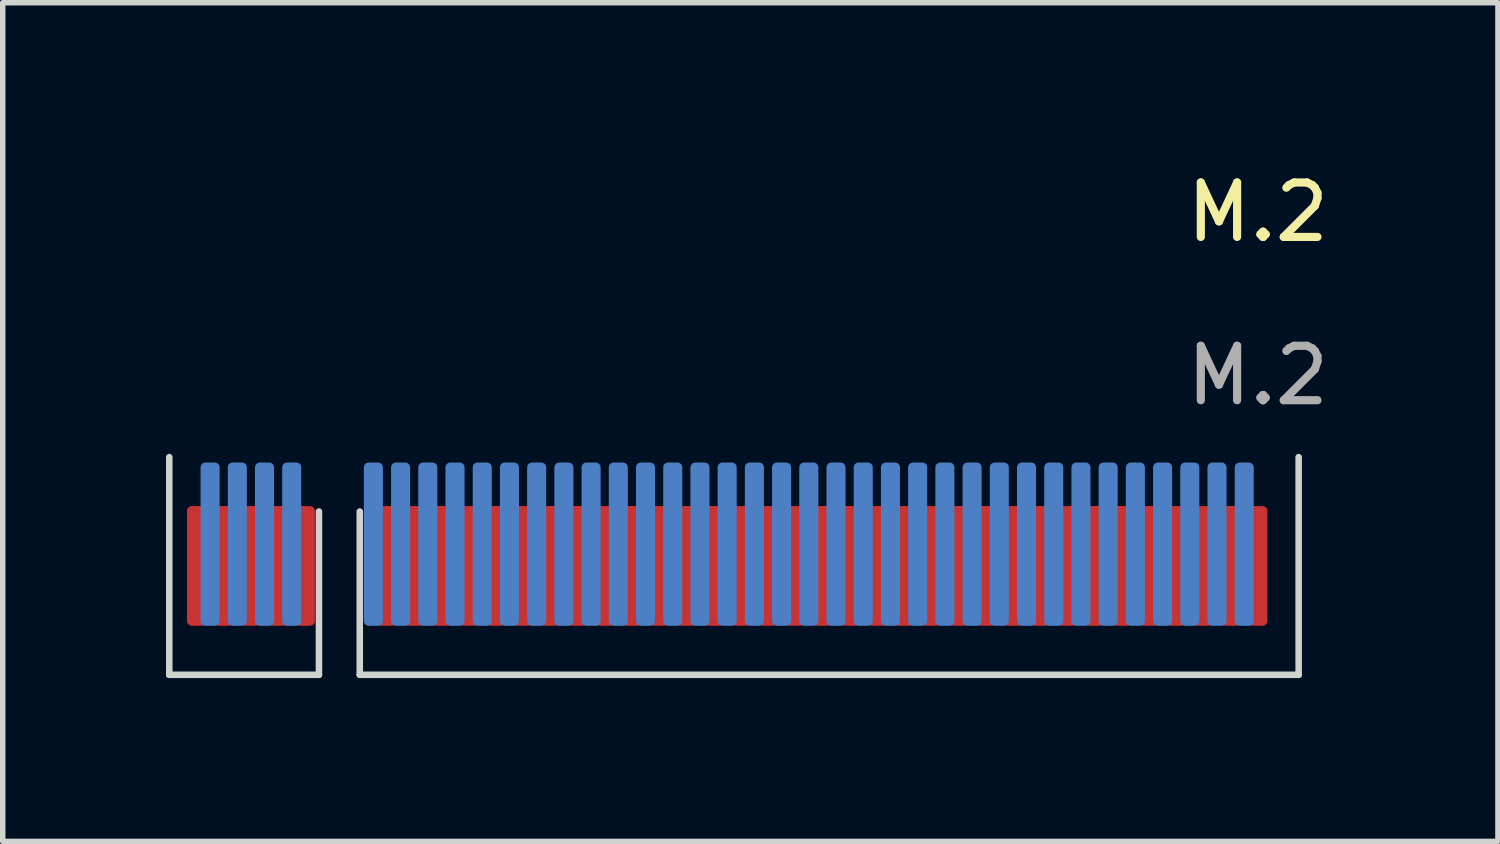
<source format=kicad_pcb>
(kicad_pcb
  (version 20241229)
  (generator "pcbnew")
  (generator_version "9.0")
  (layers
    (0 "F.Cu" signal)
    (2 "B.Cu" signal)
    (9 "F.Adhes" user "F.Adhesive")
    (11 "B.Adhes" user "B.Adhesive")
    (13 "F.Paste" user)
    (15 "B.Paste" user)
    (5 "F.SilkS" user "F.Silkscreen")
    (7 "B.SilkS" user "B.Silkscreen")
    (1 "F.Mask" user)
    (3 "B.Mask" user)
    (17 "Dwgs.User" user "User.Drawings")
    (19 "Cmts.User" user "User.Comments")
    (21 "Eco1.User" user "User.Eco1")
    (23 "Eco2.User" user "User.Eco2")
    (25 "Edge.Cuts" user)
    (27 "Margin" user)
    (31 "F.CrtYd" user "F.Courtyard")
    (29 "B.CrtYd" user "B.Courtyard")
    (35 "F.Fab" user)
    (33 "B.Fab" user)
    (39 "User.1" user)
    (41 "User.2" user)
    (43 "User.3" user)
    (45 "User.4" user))
  (footprint "M.2"
    (layer "F.Cu")
    (at 20.06 7.348)
    (property "Reference" "M.2" (at 0 -6.5 0) (unlocked yes) (layer "F.SilkS") (effects (font (size 1 1) (thickness 0.15))))
    (attr smd)
    (fp_line (start -20 2) (end -20 -2) (stroke (width 0.12) (type solid)) (layer "Edge.Cuts"))
    (fp_line (start -17.25 -1) (end -17.25 2) (stroke (width 0.12) (type solid)) (layer "Edge.Cuts"))
    (fp_line (start -17.25 2) (end -20 2) (stroke (width 0.12) (type solid)) (layer "Edge.Cuts"))
    (fp_line (start -16.5 2) (end -16.5 -1) (stroke (width 0.12) (type solid)) (layer "Edge.Cuts"))
    (fp_line (start 0.75 2) (end -16.5 2) (stroke (width 0.12) (type solid)) (layer "Edge.Cuts"))
    (fp_line (start 0.75 2) (end 0.75 -2) (stroke (width 0.12) (type solid)) (layer "Edge.Cuts"))
    (fp_text user "${REFERENCE}" (at 0 -3.5 0) (unlocked yes) (layer "F.Fab") (effects (font (size 1 1) (thickness 0.15))))
    (pad "1" smd roundrect (at 0 0) (size 0.35 2.2) (layers "F.Cu" "F.Mask" "F.Paste") (roundrect_rratio 0.25))
    (pad "2" smd roundrect (at -0.25 -0.4 180) (size 0.35 3) (layers "B.Cu" "B.Mask" "B.Paste") (roundrect_rratio 0.25))
    (pad "3" smd roundrect (at -0.5 0) (size 0.35 2.2) (layers "F.Cu" "F.Mask" "F.Paste") (roundrect_rratio 0.25))
    (pad "4" smd roundrect (at -0.75 -0.4 180) (size 0.35 3) (layers "B.Cu" "B.Mask" "B.Paste") (roundrect_rratio 0.25))
    (pad "5" smd roundrect (at -1 0) (size 0.35 2.2) (layers "F.Cu" "F.Mask" "F.Paste") (roundrect_rratio 0.25))
    (pad "6" smd roundrect (at -1.25 -0.4 180) (size 0.35 3) (layers "B.Cu" "B.Mask" "B.Paste") (roundrect_rratio 0.25))
    (pad "7" smd roundrect (at -1.5 0) (size 0.35 2.2) (layers "F.Cu" "F.Mask" "F.Paste") (roundrect_rratio 0.25))
    (pad "8" smd roundrect (at -1.75 -0.4 180) (size 0.35 3) (layers "B.Cu" "B.Mask" "B.Paste") (roundrect_rratio 0.25))
    (pad "9" smd roundrect (at -2 0) (size 0.35 2.2) (layers "F.Cu" "F.Mask" "F.Paste") (roundrect_rratio 0.25))
    (pad "10" smd roundrect (at -2.25 -0.4 180) (size 0.35 3) (layers "B.Cu" "B.Mask" "B.Paste") (roundrect_rratio 0.25))
    (pad "11" smd roundrect (at -2.5 0) (size 0.35 2.2) (layers "F.Cu" "F.Mask" "F.Paste") (roundrect_rratio 0.25))
    (pad "12" smd roundrect (at -2.75 -0.4 180) (size 0.35 3) (layers "B.Cu" "B.Mask" "B.Paste") (roundrect_rratio 0.25))
    (pad "13" smd roundrect (at -3 0) (size 0.35 2.2) (layers "F.Cu" "F.Mask" "F.Paste") (roundrect_rratio 0.25))
    (pad "14" smd roundrect (at -3.25 -0.4 180) (size 0.35 3) (layers "B.Cu" "B.Mask" "B.Paste") (roundrect_rratio 0.25))
    (pad "15" smd roundrect (at -3.5 0) (size 0.35 2.2) (layers "F.Cu" "F.Mask" "F.Paste") (roundrect_rratio 0.25))
    (pad "16" smd roundrect (at -3.75 -0.4 180) (size 0.35 3) (layers "B.Cu" "B.Mask" "B.Paste") (roundrect_rratio 0.25))
    (pad "17" smd roundrect (at -4 0) (size 0.35 2.2) (layers "F.Cu" "F.Mask" "F.Paste") (roundrect_rratio 0.25))
    (pad "18" smd roundrect (at -4.25 -0.4 180) (size 0.35 3) (layers "B.Cu" "B.Mask" "B.Paste") (roundrect_rratio 0.25))
    (pad "19" smd roundrect (at -4.5 0) (size 0.35 2.2) (layers "F.Cu" "F.Mask" "F.Paste") (roundrect_rratio 0.25))
    (pad "20" smd roundrect (at -4.75 -0.4 180) (size 0.35 3) (layers "B.Cu" "B.Mask" "B.Paste") (roundrect_rratio 0.25))
    (pad "21" smd roundrect (at -5 0) (size 0.35 2.2) (layers "F.Cu" "F.Mask" "F.Paste") (roundrect_rratio 0.25))
    (pad "22" smd roundrect (at -5.25 -0.4 180) (size 0.35 3) (layers "B.Cu" "B.Mask" "B.Paste") (roundrect_rratio 0.25))
    (pad "23" smd roundrect (at -5.5 0) (size 0.35 2.2) (layers "F.Cu" "F.Mask" "F.Paste") (roundrect_rratio 0.25))
    (pad "24" smd roundrect (at -5.75 -0.4 180) (size 0.35 3) (layers "B.Cu" "B.Mask" "B.Paste") (roundrect_rratio 0.25))
    (pad "25" smd roundrect (at -6 0) (size 0.35 2.2) (layers "F.Cu" "F.Mask" "F.Paste") (roundrect_rratio 0.25))
    (pad "26" smd roundrect (at -6.25 -0.4 180) (size 0.35 3) (layers "B.Cu" "B.Mask" "B.Paste") (roundrect_rratio 0.25))
    (pad "27" smd roundrect (at -6.5 0) (size 0.35 2.2) (layers "F.Cu" "F.Mask" "F.Paste") (roundrect_rratio 0.25))
    (pad "28" smd roundrect (at -6.75 -0.4 180) (size 0.35 3) (layers "B.Cu" "B.Mask" "B.Paste") (roundrect_rratio 0.25))
    (pad "29" smd roundrect (at -7 0) (size 0.35 2.2) (layers "F.Cu" "F.Mask" "F.Paste") (roundrect_rratio 0.25))
    (pad "30" smd roundrect (at -7.25 -0.4 180) (size 0.35 3) (layers "B.Cu" "B.Mask" "B.Paste") (roundrect_rratio 0.25))
    (pad "31" smd roundrect (at -7.5 0) (size 0.35 2.2) (layers "F.Cu" "F.Mask" "F.Paste") (roundrect_rratio 0.25))
    (pad "32" smd roundrect (at -7.75 -0.4 180) (size 0.35 3) (layers "B.Cu" "B.Mask" "B.Paste") (roundrect_rratio 0.25))
    (pad "33" smd roundrect (at -8 0) (size 0.35 2.2) (layers "F.Cu" "F.Mask" "F.Paste") (roundrect_rratio 0.25))
    (pad "34" smd roundrect (at -8.25 -0.4 180) (size 0.35 3) (layers "B.Cu" "B.Mask" "B.Paste") (roundrect_rratio 0.25))
    (pad "35" smd roundrect (at -8.5 0) (size 0.35 2.2) (layers "F.Cu" "F.Mask" "F.Paste") (roundrect_rratio 0.25))
    (pad "36" smd roundrect (at -8.75 -0.4 180) (size 0.35 3) (layers "B.Cu" "B.Mask" "B.Paste") (roundrect_rratio 0.25))
    (pad "37" smd roundrect (at -9 0) (size 0.35 2.2) (layers "F.Cu" "F.Mask" "F.Paste") (roundrect_rratio 0.25))
    (pad "38" smd roundrect (at -9.25 -0.4 180) (size 0.35 3) (layers "B.Cu" "B.Mask" "B.Paste") (roundrect_rratio 0.25))
    (pad "39" smd roundrect (at -9.5 0) (size 0.35 2.2) (layers "F.Cu" "F.Mask" "F.Paste") (roundrect_rratio 0.25))
    (pad "40" smd roundrect (at -9.75 -0.4 180) (size 0.35 3) (layers "B.Cu" "B.Mask" "B.Paste") (roundrect_rratio 0.25))
    (pad "41" smd roundrect (at -10 0) (size 0.35 2.2) (layers "F.Cu" "F.Mask" "F.Paste") (roundrect_rratio 0.25))
    (pad "42" smd roundrect (at -10.25 -0.4 180) (size 0.35 3) (layers "B.Cu" "B.Mask" "B.Paste") (roundrect_rratio 0.25))
    (pad "43" smd roundrect (at -10.5 0) (size 0.35 2.2) (layers "F.Cu" "F.Mask" "F.Paste") (roundrect_rratio 0.25))
    (pad "44" smd roundrect (at -10.75 -0.4 180) (size 0.35 3) (layers "B.Cu" "B.Mask" "B.Paste") (roundrect_rratio 0.25))
    (pad "45" smd roundrect (at -11 0) (size 0.35 2.2) (layers "F.Cu" "F.Mask" "F.Paste") (roundrect_rratio 0.25))
    (pad "46" smd roundrect (at -11.25 -0.4 180) (size 0.35 3) (layers "B.Cu" "B.Mask" "B.Paste") (roundrect_rratio 0.25))
    (pad "47" smd roundrect (at -11.5 0) (size 0.35 2.2) (layers "F.Cu" "F.Mask" "F.Paste") (roundrect_rratio 0.25))
    (pad "48" smd roundrect (at -11.75 -0.4 180) (size 0.35 3) (layers "B.Cu" "B.Mask" "B.Paste") (roundrect_rratio 0.25))
    (pad "49" smd roundrect (at -12 0) (size 0.35 2.2) (layers "F.Cu" "F.Mask" "F.Paste") (roundrect_rratio 0.25))
    (pad "50" smd roundrect (at -12.25 -0.4 180) (size 0.35 3) (layers "B.Cu" "B.Mask" "B.Paste") (roundrect_rratio 0.25))
    (pad "51" smd roundrect (at -12.5 0) (size 0.35 2.2) (layers "F.Cu" "F.Mask" "F.Paste") (roundrect_rratio 0.25))
    (pad "52" smd roundrect (at -12.75 -0.4 180) (size 0.35 3) (layers "B.Cu" "B.Mask" "B.Paste") (roundrect_rratio 0.25))
    (pad "53" smd roundrect (at -13 0) (size 0.35 2.2) (layers "F.Cu" "F.Mask" "F.Paste") (roundrect_rratio 0.25))
    (pad "54" smd roundrect (at -13.25 -0.4 180) (size 0.35 3) (layers "B.Cu" "B.Mask" "B.Paste") (roundrect_rratio 0.25))
    (pad "55" smd roundrect (at -13.5 0) (size 0.35 2.2) (layers "F.Cu" "F.Mask" "F.Paste") (roundrect_rratio 0.25))
    (pad "56" smd roundrect (at -13.75 -0.4 180) (size 0.35 3) (layers "B.Cu" "B.Mask" "B.Paste") (roundrect_rratio 0.25))
    (pad "57" smd roundrect (at -14 0) (size 0.35 2.2) (layers "F.Cu" "F.Mask" "F.Paste") (roundrect_rratio 0.25))
    (pad "58" smd roundrect (at -14.25 -0.4 180) (size 0.35 3) (layers "B.Cu" "B.Mask" "B.Paste") (roundrect_rratio 0.25))
    (pad "59" smd roundrect (at -14.5 0) (size 0.35 2.2) (layers "F.Cu" "F.Mask" "F.Paste") (roundrect_rratio 0.25))
    (pad "60" smd roundrect (at -14.75 -0.4 180) (size 0.35 3) (layers "B.Cu" "B.Mask" "B.Paste") (roundrect_rratio 0.25))
    (pad "61" smd roundrect (at -15 0) (size 0.35 2.2) (layers "F.Cu" "F.Mask" "F.Paste") (roundrect_rratio 0.25))
    (pad "62" smd roundrect (at -15.25 -0.4 180) (size 0.35 3) (layers "B.Cu" "B.Mask" "B.Paste") (roundrect_rratio 0.25))
    (pad "63" smd roundrect (at -15.5 0) (size 0.35 2.2) (layers "F.Cu" "F.Mask" "F.Paste") (roundrect_rratio 0.25))
    (pad "64" smd roundrect (at -15.75 -0.4 180) (size 0.35 3) (layers "B.Cu" "B.Mask" "B.Paste") (roundrect_rratio 0.25))
    (pad "65" smd roundrect (at -16 0) (size 0.35 2.2) (layers "F.Cu" "F.Mask" "F.Paste") (roundrect_rratio 0.25))
    (pad "66" smd roundrect (at -16.25 -0.4 180) (size 0.35 3) (layers "B.Cu" "B.Mask" "B.Paste") (roundrect_rratio 0.25))
    (pad "67" smd roundrect (at -17.5 0) (size 0.35 2.2) (layers "F.Cu" "F.Mask" "F.Paste") (roundrect_rratio 0.25))
    (pad "68" smd roundrect (at -17.75 -0.4 180) (size 0.35 3) (layers "B.Cu" "B.Mask" "B.Paste") (roundrect_rratio 0.25))
    (pad "69" smd roundrect (at -18 0) (size 0.35 2.2) (layers "F.Cu" "F.Mask" "F.Paste") (roundrect_rratio 0.25))
    (pad "70" smd roundrect (at -18.25 -0.4 180) (size 0.35 3) (layers "B.Cu" "B.Mask" "B.Paste") (roundrect_rratio 0.25))
    (pad "71" smd roundrect (at -18.5 0) (size 0.35 2.2) (layers "F.Cu" "F.Mask" "F.Paste") (roundrect_rratio 0.25))
    (pad "72" smd roundrect (at -18.75 -0.4 180) (size 0.35 3) (layers "B.Cu" "B.Mask" "B.Paste") (roundrect_rratio 0.25))
    (pad "73" smd roundrect (at -19 0) (size 0.35 2.2) (layers "F.Cu" "F.Mask" "F.Paste") (roundrect_rratio 0.25))
    (pad "74" smd roundrect (at -19.25 -0.4 180) (size 0.35 3) (layers "B.Cu" "B.Mask" "B.Paste") (roundrect_rratio 0.25))
    (pad "75" smd roundrect (at -19.5 0) (size 0.35 2.2) (layers "F.Cu" "F.Mask" "F.Paste") (roundrect_rratio 0.25)))
  (gr_rect
    (start -3 -3)
    (end 24.471 12.408)
    (stroke (width 0.1) (type default))
    (fill no)
    (layer "Edge.Cuts")))
</source>
